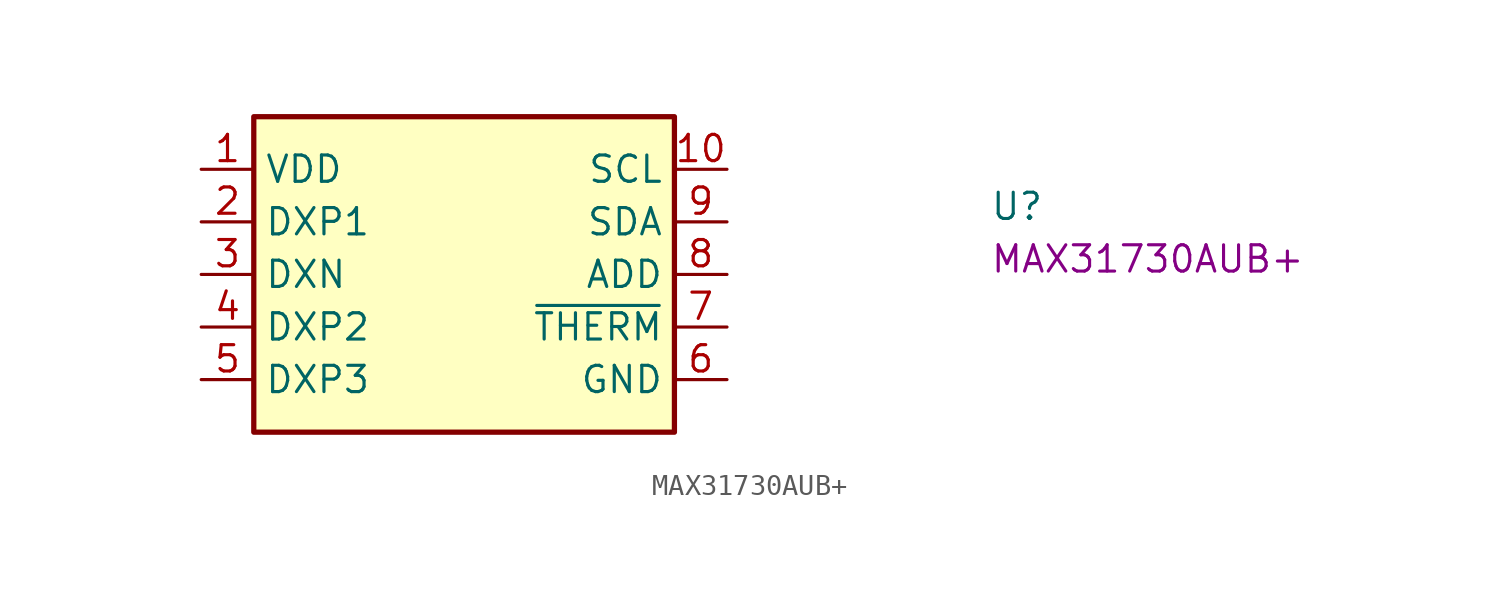
<source format=kicad_sym>
(kicad_symbol_lib
  (version 20220914)
  (generator kicad_symbol_editor)
  (symbol "MAX31730AUB+"
    (property "Reference" "U"
      (at 38.1 -2.54 0)
      (effects (font (size 1.27 1.27) (thickness 0.15)) (justify left bottom)))
    (property "MPN" "MAX31730AUB+"
      (at 38.1 -5.08 0)
      (effects (font (size 1.27 1.27) (thickness 0.15)) (justify left bottom)))
    (symbol "MAX31730AUB+_1_1"
      (rectangle (start 22.86 2.54) (end 2.54 -12.7) (stroke (width 0.254) (type default)) (fill (type background)))
      (pin power_in line (at 0 0 0) (length 2.54) (name "VDD" (effects (font (size 1.27 1.27)))) (number "1" (effects (font (size 1.27 1.27)))))
      (pin passive line (at 25.4 0 180) (length 2.54) (name "SCL" (effects (font (size 1.27 1.27)))) (number "10" (effects (font (size 1.27 1.27)))))
      (pin bidirectional line (at 0 -2.54 0) (length 2.54) (name "DXP1" (effects (font (size 1.27 1.27)))) (number "2" (effects (font (size 1.27 1.27)))))
      (pin passive line (at 0 -5.08 0) (length 2.54) (name "DXN" (effects (font (size 1.27 1.27)))) (number "3" (effects (font (size 1.27 1.27)))))
      (pin bidirectional line (at 0 -7.62 0) (length 2.54) (name "DXP2" (effects (font (size 1.27 1.27)))) (number "4" (effects (font (size 1.27 1.27)))))
      (pin bidirectional line (at 0 -10.16 0) (length 2.54) (name "DXP3" (effects (font (size 1.27 1.27)))) (number "5" (effects (font (size 1.27 1.27)))))
      (pin passive line (at 25.4 -10.16 180) (length 2.54) (name "GND" (effects (font (size 1.27 1.27)))) (number "6" (effects (font (size 1.27 1.27)))))
      (pin passive line (at 25.4 -7.62 180) (length 2.54) (name "~{THERM}" (effects (font (size 1.27 1.27)))) (number "7" (effects (font (size 1.27 1.27)))))
      (pin passive line (at 25.4 -5.08 180) (length 2.54) (name "ADD" (effects (font (size 1.27 1.27)))) (number "8" (effects (font (size 1.27 1.27)))))
      (pin passive line (at 25.4 -2.54 180) (length 2.54) (name "SDA" (effects (font (size 1.27 1.27)))) (number "9" (effects (font (size 1.27 1.27))))))))
</source>
